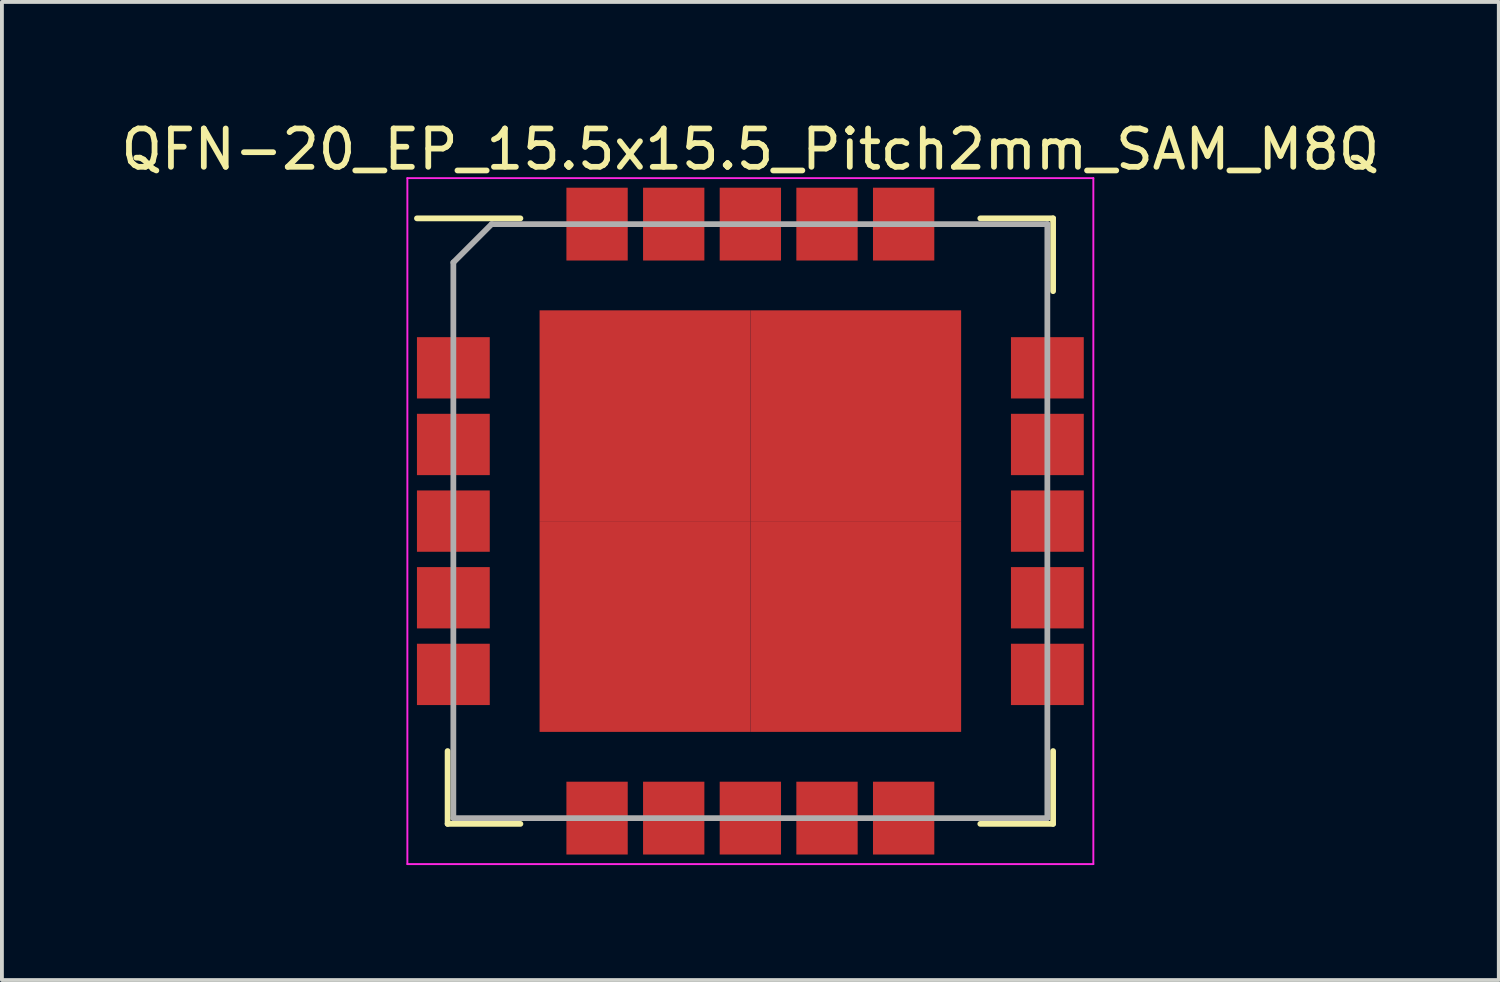
<source format=kicad_pcb>
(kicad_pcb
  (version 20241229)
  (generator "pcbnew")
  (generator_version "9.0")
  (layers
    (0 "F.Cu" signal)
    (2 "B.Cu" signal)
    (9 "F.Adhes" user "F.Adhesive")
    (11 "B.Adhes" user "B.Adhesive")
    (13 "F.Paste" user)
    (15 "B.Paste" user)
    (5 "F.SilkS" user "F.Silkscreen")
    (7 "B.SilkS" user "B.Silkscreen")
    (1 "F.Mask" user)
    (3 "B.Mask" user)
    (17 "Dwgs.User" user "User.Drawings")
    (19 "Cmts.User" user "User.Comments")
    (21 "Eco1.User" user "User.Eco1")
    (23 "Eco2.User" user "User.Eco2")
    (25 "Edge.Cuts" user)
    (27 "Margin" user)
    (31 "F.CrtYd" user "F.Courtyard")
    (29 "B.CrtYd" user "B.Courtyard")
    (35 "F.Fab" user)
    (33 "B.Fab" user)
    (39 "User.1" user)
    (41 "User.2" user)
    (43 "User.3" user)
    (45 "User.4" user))
  (footprint "QFN-20_EP_15.5x15.5_Pitch2mm_SAM_M8Q"
    (layer "F.Cu")
    (at 16.53 10.548)
    (property "Reference" "QFN-20_EP_15.5x15.5_Pitch2mm_SAM_M8Q" (at 0 -9.7 0) (layer "F.SilkS") (effects (font (size 1 1) (thickness 0.15))))
    (attr smd)
    (fp_line (start -7.9 7.9) (end -7.9 6) (stroke (width 0.15) (type solid)) (layer "F.SilkS"))
    (fp_line (start -6 -7.9) (end -8.7 -7.9) (stroke (width 0.15) (type solid)) (layer "F.SilkS"))
    (fp_line (start -6 7.9) (end -7.9 7.9) (stroke (width 0.15) (type solid)) (layer "F.SilkS"))
    (fp_line (start 6 -7.9) (end 7.9 -7.9) (stroke (width 0.15) (type solid)) (layer "F.SilkS"))
    (fp_line (start 6 7.9) (end 7.9 7.9) (stroke (width 0.15) (type solid)) (layer "F.SilkS"))
    (fp_line (start 7.9 -7.9) (end 7.9 -6) (stroke (width 0.15) (type solid)) (layer "F.SilkS"))
    (fp_line (start 7.9 7.9) (end 7.9 6) (stroke (width 0.15) (type solid)) (layer "F.SilkS"))
    (fp_line (start -8.95 -8.95) (end 8.95 -8.95) (stroke (width 0.05) (type solid)) (layer "F.CrtYd"))
    (fp_line (start -8.95 8.95) (end -8.95 -8.95) (stroke (width 0.05) (type solid)) (layer "F.CrtYd"))
    (fp_line (start 8.95 -8.95) (end 8.95 8.95) (stroke (width 0.05) (type solid)) (layer "F.CrtYd"))
    (fp_line (start 8.95 8.95) (end -8.95 8.95) (stroke (width 0.05) (type solid)) (layer "F.CrtYd"))
    (fp_line (start -7.75 -6.75) (end -7.75 7.75) (stroke (width 0.15) (type solid)) (layer "F.Fab"))
    (fp_line (start -7.75 7.75) (end 7.75 7.75) (stroke (width 0.15) (type solid)) (layer "F.Fab"))
    (fp_line (start -6.75 -7.75) (end -7.75 -6.75) (stroke (width 0.15) (type solid)) (layer "F.Fab"))
    (fp_line (start 7.75 -7.75) (end -6.75 -7.75) (stroke (width 0.15) (type solid)) (layer "F.Fab"))
    (fp_line (start 7.75 7.75) (end 7.75 -7.75) (stroke (width 0.15) (type solid)) (layer "F.Fab"))
    (pad "1" smd rect (at -7.75 -4 90) (size 1.6 1.9) (layers "F.Cu" "F.Mask" "F.Paste"))
    (pad "2" smd rect (at -7.75 -2 90) (size 1.6 1.9) (layers "F.Cu" "F.Mask" "F.Paste"))
    (pad "3" smd rect (at -7.75 0 90) (size 1.6 1.9) (layers "F.Cu" "F.Mask" "F.Paste"))
    (pad "4" smd rect (at -7.75 2 90) (size 1.6 1.9) (layers "F.Cu" "F.Mask" "F.Paste"))
    (pad "5" smd rect (at -7.75 4 90) (size 1.6 1.9) (layers "F.Cu" "F.Mask" "F.Paste"))
    (pad "6" smd rect (at -4 7.75) (size 1.6 1.9) (layers "F.Cu" "F.Mask" "F.Paste"))
    (pad "7" smd rect (at -2 7.75) (size 1.6 1.9) (layers "F.Cu" "F.Mask" "F.Paste"))
    (pad "8" smd rect (at 0 7.75) (size 1.6 1.9) (layers "F.Cu" "F.Mask" "F.Paste"))
    (pad "9" smd rect (at 2 7.75) (size 1.6 1.9) (layers "F.Cu" "F.Mask" "F.Paste"))
    (pad "10" smd rect (at 4 7.75) (size 1.6 1.9) (layers "F.Cu" "F.Mask" "F.Paste"))
    (pad "11" smd rect (at 7.75 4 90) (size 1.6 1.9) (layers "F.Cu" "F.Mask" "F.Paste"))
    (pad "12" smd rect (at 7.75 2 90) (size 1.6 1.9) (layers "F.Cu" "F.Mask" "F.Paste"))
    (pad "13" smd rect (at 7.75 0 90) (size 1.6 1.9) (layers "F.Cu" "F.Mask" "F.Paste"))
    (pad "14" smd rect (at 7.75 -2 90) (size 1.6 1.9) (layers "F.Cu" "F.Mask" "F.Paste"))
    (pad "15" smd rect (at 7.75 -4 90) (size 1.6 1.9) (layers "F.Cu" "F.Mask" "F.Paste"))
    (pad "16" smd rect (at 4 -7.75) (size 1.6 1.9) (layers "F.Cu" "F.Mask" "F.Paste"))
    (pad "17" smd rect (at 2 -7.75) (size 1.6 1.9) (layers "F.Cu" "F.Mask" "F.Paste"))
    (pad "18" smd rect (at 0 -7.75) (size 1.6 1.9) (layers "F.Cu" "F.Mask" "F.Paste"))
    (pad "19" smd rect (at -2 -7.75) (size 1.6 1.9) (layers "F.Cu" "F.Mask" "F.Paste"))
    (pad "20" smd rect (at -4 -7.75) (size 1.6 1.9) (layers "F.Cu" "F.Mask" "F.Paste"))
    (pad "21" smd rect (at -2.75 -2.75) (size 5.5 5.5) (layers "F.Cu" "F.Mask" "F.Paste"))
    (pad "21" smd rect (at -2.75 2.75) (size 5.5 5.5) (layers "F.Cu" "F.Mask" "F.Paste"))
    (pad "21" smd rect (at 2.75 -2.75) (size 5.5 5.5) (layers "F.Cu" "F.Mask" "F.Paste"))
    (pad "21" smd rect (at 2.75 2.75) (size 5.5 5.5) (layers "F.Cu" "F.Mask" "F.Paste")))
  (gr_rect
    (start -3 -3)
    (end 36.06 22.523)
    (stroke (width 0.1) (type default))
    (fill no)
    (layer "Edge.Cuts")))
</source>
